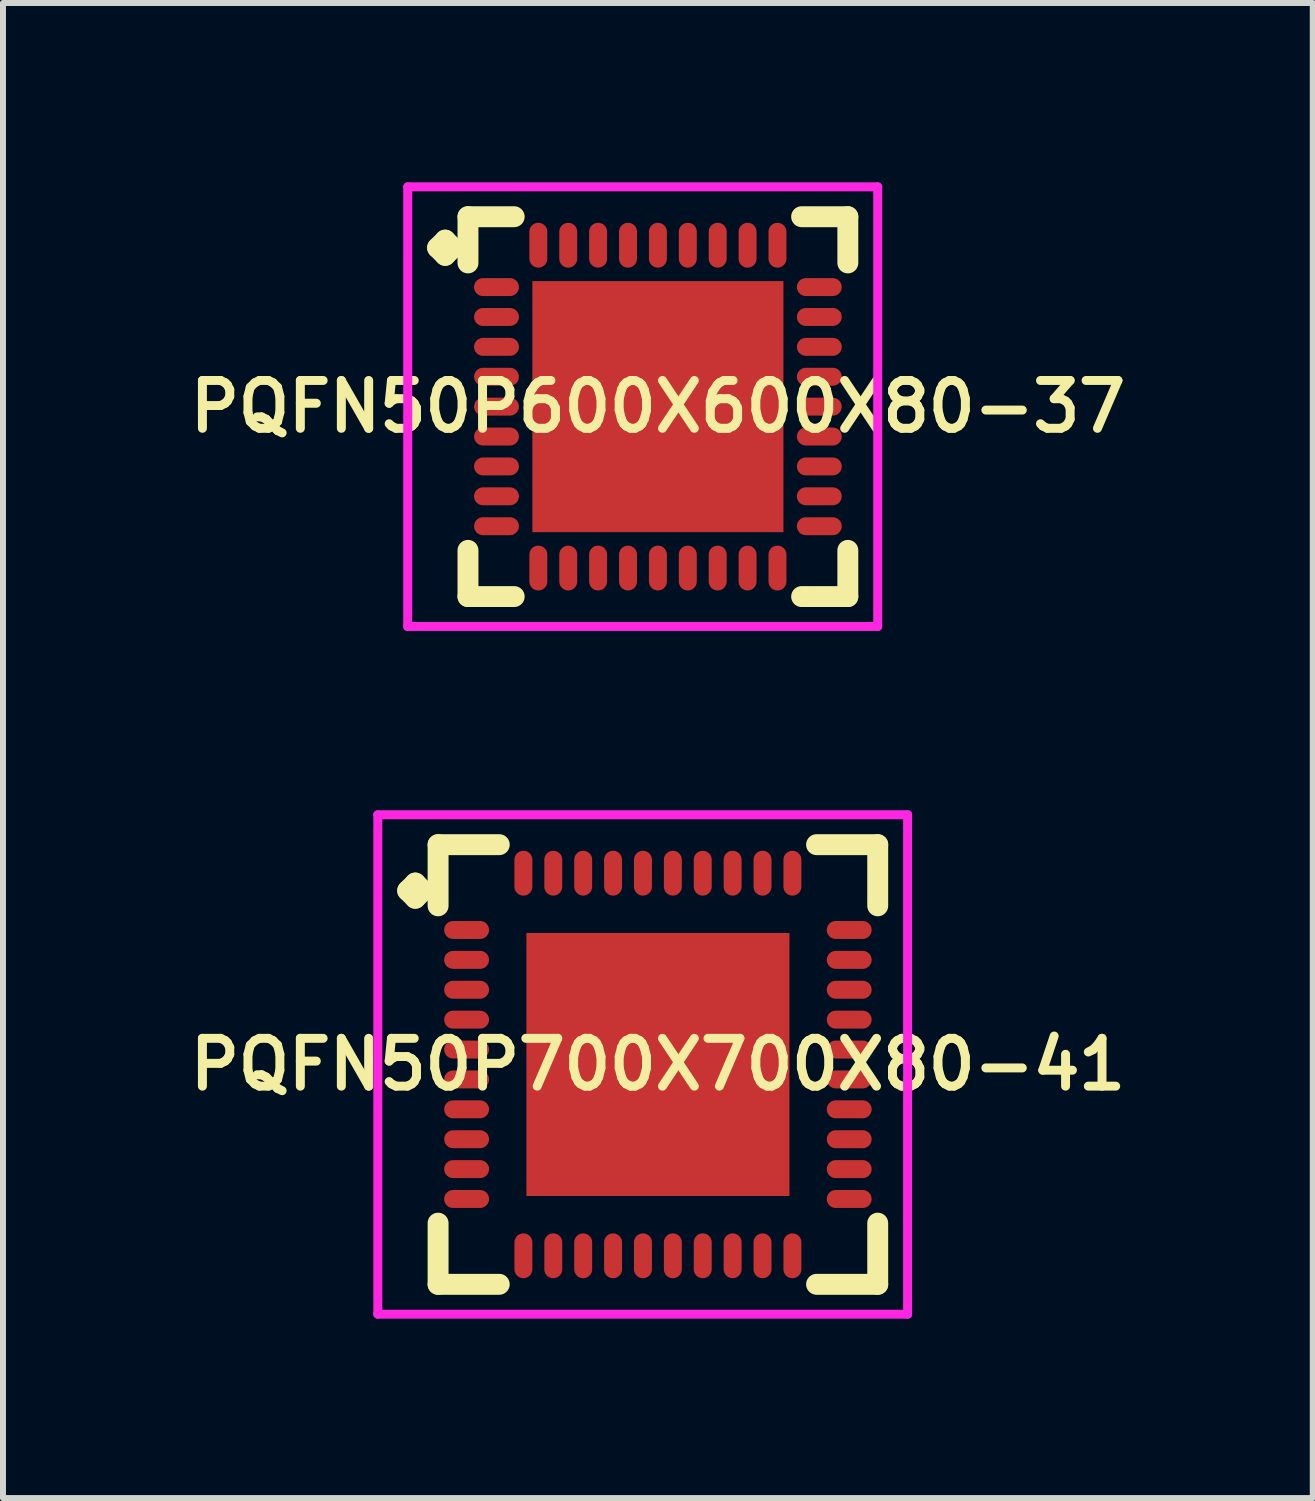
<source format=kicad_pcb>
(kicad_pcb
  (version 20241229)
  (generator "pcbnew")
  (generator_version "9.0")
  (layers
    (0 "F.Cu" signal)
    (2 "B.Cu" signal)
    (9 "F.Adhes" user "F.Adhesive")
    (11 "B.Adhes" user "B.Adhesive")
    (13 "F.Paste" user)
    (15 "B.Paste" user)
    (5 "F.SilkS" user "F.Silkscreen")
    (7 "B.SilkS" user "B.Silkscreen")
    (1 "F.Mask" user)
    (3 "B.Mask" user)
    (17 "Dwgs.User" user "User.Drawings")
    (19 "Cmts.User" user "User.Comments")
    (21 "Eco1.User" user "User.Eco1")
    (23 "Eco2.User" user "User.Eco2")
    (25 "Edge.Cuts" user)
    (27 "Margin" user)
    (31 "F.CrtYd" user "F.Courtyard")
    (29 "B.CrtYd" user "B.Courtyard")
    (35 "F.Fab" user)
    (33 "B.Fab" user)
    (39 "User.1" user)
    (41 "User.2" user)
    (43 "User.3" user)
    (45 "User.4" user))
  (footprint "PQFN50P600X600X80-37"
    (layer "F.Cu")
    (at 7.955 3.752)
    (property "Reference" "PQFN50P600X600X80-37" (at 0 0 0) (layer "F.SilkS") (effects (font (size 0.8 0.8) (thickness 0.15))))
    (attr through_hole)
    (fp_line (start -3.685 -2.658) (end -3.558 -2.785) (stroke (width 0.35) (type solid)) (layer "F.SilkS"))
    (fp_line (start -3.558 -2.785) (end -3.431 -2.658) (stroke (width 0.35) (type solid)) (layer "F.SilkS"))
    (fp_line (start -3.558 -2.531) (end -3.685 -2.658) (stroke (width 0.35) (type solid)) (layer "F.SilkS"))
    (fp_line (start -3.431 -2.658) (end -3.558 -2.531) (stroke (width 0.35) (type solid)) (layer "F.SilkS"))
    (fp_line (start -3.177 -3.177) (end -2.404 -3.177) (stroke (width 0.35) (type solid)) (layer "F.SilkS"))
    (fp_line (start -3.177 -2.404) (end -3.177 -3.177) (stroke (width 0.35) (type solid)) (layer "F.SilkS"))
    (fp_line (start -3.177 2.404) (end -3.177 3.177) (stroke (width 0.35) (type solid)) (layer "F.SilkS"))
    (fp_line (start -3.177 3.177) (end -2.404 3.177) (stroke (width 0.35) (type solid)) (layer "F.SilkS"))
    (fp_line (start 2.404 -3.177) (end 3.177 -3.177) (stroke (width 0.35) (type solid)) (layer "F.SilkS"))
    (fp_line (start 2.404 3.177) (end 3.177 3.177) (stroke (width 0.35) (type solid)) (layer "F.SilkS"))
    (fp_line (start 3.177 -3.177) (end 3.177 -2.404) (stroke (width 0.35) (type solid)) (layer "F.SilkS"))
    (fp_line (start 3.177 3.177) (end 3.177 2.404) (stroke (width 0.35) (type solid)) (layer "F.SilkS"))
    (fp_line (start -4.185 -3.677) (end 3.677 -3.677) (stroke (width 0.15) (type solid)) (layer "F.CrtYd"))
    (fp_line (start -4.185 3.677) (end -4.185 -3.677) (stroke (width 0.15) (type solid)) (layer "F.CrtYd"))
    (fp_line (start 3.677 -3.677) (end 3.677 3.677) (stroke (width 0.15) (type solid)) (layer "F.CrtYd"))
    (fp_line (start 3.677 3.677) (end -4.185 3.677) (stroke (width 0.15) (type solid)) (layer "F.CrtYd"))
    (pad "1" smd oval (at -2.7 -2) (size 0.75 0.3) (layers "F.Cu" "F.Mask" "F.Paste"))
    (pad "2" smd oval (at -2.7 -1.5) (size 0.75 0.3) (layers "F.Cu" "F.Mask" "F.Paste"))
    (pad "3" smd oval (at -2.7 -1) (size 0.75 0.3) (layers "F.Cu" "F.Mask" "F.Paste"))
    (pad "4" smd oval (at -2.7 -0.5) (size 0.75 0.3) (layers "F.Cu" "F.Mask" "F.Paste"))
    (pad "5" smd oval (at -2.7 0) (size 0.75 0.3) (layers "F.Cu" "F.Mask" "F.Paste"))
    (pad "6" smd oval (at -2.7 0.5) (size 0.75 0.3) (layers "F.Cu" "F.Mask" "F.Paste"))
    (pad "7" smd oval (at -2.7 1) (size 0.75 0.3) (layers "F.Cu" "F.Mask" "F.Paste"))
    (pad "8" smd oval (at -2.7 1.5) (size 0.75 0.3) (layers "F.Cu" "F.Mask" "F.Paste"))
    (pad "9" smd oval (at -2.7 2) (size 0.75 0.3) (layers "F.Cu" "F.Mask" "F.Paste"))
    (pad "10" smd oval (at -2 2.7) (size 0.3 0.75) (layers "F.Cu" "F.Mask" "F.Paste"))
    (pad "11" smd oval (at -1.5 2.7) (size 0.3 0.75) (layers "F.Cu" "F.Mask" "F.Paste"))
    (pad "12" smd oval (at -1 2.7) (size 0.3 0.75) (layers "F.Cu" "F.Mask" "F.Paste"))
    (pad "13" smd oval (at -0.5 2.7) (size 0.3 0.75) (layers "F.Cu" "F.Mask" "F.Paste"))
    (pad "14" smd oval (at 0 2.7) (size 0.3 0.75) (layers "F.Cu" "F.Mask" "F.Paste"))
    (pad "15" smd oval (at 0.5 2.7) (size 0.3 0.75) (layers "F.Cu" "F.Mask" "F.Paste"))
    (pad "16" smd oval (at 1 2.7) (size 0.3 0.75) (layers "F.Cu" "F.Mask" "F.Paste"))
    (pad "17" smd oval (at 1.5 2.7) (size 0.3 0.75) (layers "F.Cu" "F.Mask" "F.Paste"))
    (pad "18" smd oval (at 2 2.7) (size 0.3 0.75) (layers "F.Cu" "F.Mask" "F.Paste"))
    (pad "19" smd oval (at 2.7 2) (size 0.75 0.3) (layers "F.Cu" "F.Mask" "F.Paste"))
    (pad "20" smd oval (at 2.7 1.5) (size 0.75 0.3) (layers "F.Cu" "F.Mask" "F.Paste"))
    (pad "21" smd oval (at 2.7 1) (size 0.75 0.3) (layers "F.Cu" "F.Mask" "F.Paste"))
    (pad "22" smd oval (at 2.7 0.5) (size 0.75 0.3) (layers "F.Cu" "F.Mask" "F.Paste"))
    (pad "23" smd oval (at 2.7 0) (size 0.75 0.3) (layers "F.Cu" "F.Mask" "F.Paste"))
    (pad "24" smd oval (at 2.7 -0.5) (size 0.75 0.3) (layers "F.Cu" "F.Mask" "F.Paste"))
    (pad "25" smd oval (at 2.7 -1) (size 0.75 0.3) (layers "F.Cu" "F.Mask" "F.Paste"))
    (pad "26" smd oval (at 2.7 -1.5) (size 0.75 0.3) (layers "F.Cu" "F.Mask" "F.Paste"))
    (pad "27" smd oval (at 2.7 -2) (size 0.75 0.3) (layers "F.Cu" "F.Mask" "F.Paste"))
    (pad "28" smd oval (at 2 -2.7) (size 0.3 0.75) (layers "F.Cu" "F.Mask" "F.Paste"))
    (pad "29" smd oval (at 1.5 -2.7) (size 0.3 0.75) (layers "F.Cu" "F.Mask" "F.Paste"))
    (pad "30" smd oval (at 1 -2.7) (size 0.3 0.75) (layers "F.Cu" "F.Mask" "F.Paste"))
    (pad "31" smd oval (at 0.5 -2.7) (size 0.3 0.75) (layers "F.Cu" "F.Mask" "F.Paste"))
    (pad "32" smd oval (at 0 -2.7) (size 0.3 0.75) (layers "F.Cu" "F.Mask" "F.Paste"))
    (pad "33" smd oval (at -0.5 -2.7) (size 0.3 0.75) (layers "F.Cu" "F.Mask" "F.Paste"))
    (pad "34" smd oval (at -1 -2.7) (size 0.3 0.75) (layers "F.Cu" "F.Mask" "F.Paste"))
    (pad "35" smd oval (at -1.5 -2.7) (size 0.3 0.75) (layers "F.Cu" "F.Mask" "F.Paste"))
    (pad "36" smd oval (at -2 -2.7) (size 0.3 0.75) (layers "F.Cu" "F.Mask" "F.Paste"))
    (pad "37" smd rect (at 0 0) (size 4.2 4.2) (layers "F.Cu" "F.Mask" "F.Paste")))
  (footprint "PQFN50P700X700X80-41"
    (layer "F.Cu")
    (at 7.955 14.756)
    (property "Reference" "PQFN50P700X700X80-41" (at 0 0 0) (layer "F.SilkS") (effects (font (size 0.8 0.8) (thickness 0.15))))
    (attr smd)
    (fp_line (start -4.185 -2.908) (end -4.058 -3.035) (stroke (width 0.35) (type solid)) (layer "F.SilkS"))
    (fp_line (start -4.058 -3.035) (end -3.931 -2.908) (stroke (width 0.35) (type solid)) (layer "F.SilkS"))
    (fp_line (start -4.058 -2.781) (end -4.185 -2.908) (stroke (width 0.35) (type solid)) (layer "F.SilkS"))
    (fp_line (start -3.931 -2.908) (end -4.058 -2.781) (stroke (width 0.35) (type solid)) (layer "F.SilkS"))
    (fp_line (start -3.677 -3.677) (end -2.654 -3.677) (stroke (width 0.35) (type solid)) (layer "F.SilkS"))
    (fp_line (start -3.677 -2.654) (end -3.677 -3.677) (stroke (width 0.35) (type solid)) (layer "F.SilkS"))
    (fp_line (start -3.677 2.654) (end -3.677 3.677) (stroke (width 0.35) (type solid)) (layer "F.SilkS"))
    (fp_line (start -3.677 3.677) (end -2.654 3.677) (stroke (width 0.35) (type solid)) (layer "F.SilkS"))
    (fp_line (start 2.654 -3.677) (end 3.677 -3.677) (stroke (width 0.35) (type solid)) (layer "F.SilkS"))
    (fp_line (start 2.654 3.677) (end 3.677 3.677) (stroke (width 0.35) (type solid)) (layer "F.SilkS"))
    (fp_line (start 3.677 -3.677) (end 3.677 -2.654) (stroke (width 0.35) (type solid)) (layer "F.SilkS"))
    (fp_line (start 3.677 3.677) (end 3.677 2.654) (stroke (width 0.35) (type solid)) (layer "F.SilkS"))
    (fp_line (start -4.685 -4.177) (end 4.177 -4.177) (stroke (width 0.15) (type solid)) (layer "F.CrtYd"))
    (fp_line (start -4.685 4.177) (end -4.685 -4.177) (stroke (width 0.15) (type solid)) (layer "F.CrtYd"))
    (fp_line (start 4.177 -4.177) (end 4.177 4.177) (stroke (width 0.15) (type solid)) (layer "F.CrtYd"))
    (fp_line (start 4.177 4.177) (end -4.685 4.177) (stroke (width 0.15) (type solid)) (layer "F.CrtYd"))
    (pad "1" smd oval (at -3.2 -2.25) (size 0.75 0.3) (layers "F.Cu" "F.Mask" "F.Paste"))
    (pad "2" smd oval (at -3.2 -1.75) (size 0.75 0.3) (layers "F.Cu" "F.Mask" "F.Paste"))
    (pad "3" smd oval (at -3.2 -1.25) (size 0.75 0.3) (layers "F.Cu" "F.Mask" "F.Paste"))
    (pad "4" smd oval (at -3.2 -0.75) (size 0.75 0.3) (layers "F.Cu" "F.Mask" "F.Paste"))
    (pad "5" smd oval (at -3.2 -0.25) (size 0.75 0.3) (layers "F.Cu" "F.Mask" "F.Paste"))
    (pad "6" smd oval (at -3.2 0.25) (size 0.75 0.3) (layers "F.Cu" "F.Mask" "F.Paste"))
    (pad "7" smd oval (at -3.2 0.75) (size 0.75 0.3) (layers "F.Cu" "F.Mask" "F.Paste"))
    (pad "8" smd oval (at -3.2 1.25) (size 0.75 0.3) (layers "F.Cu" "F.Mask" "F.Paste"))
    (pad "9" smd oval (at -3.2 1.75) (size 0.75 0.3) (layers "F.Cu" "F.Mask" "F.Paste"))
    (pad "10" smd oval (at -3.2 2.25) (size 0.75 0.3) (layers "F.Cu" "F.Mask" "F.Paste"))
    (pad "11" smd oval (at -2.25 3.2) (size 0.3 0.75) (layers "F.Cu" "F.Mask" "F.Paste"))
    (pad "12" smd oval (at -1.75 3.2) (size 0.3 0.75) (layers "F.Cu" "F.Mask" "F.Paste"))
    (pad "13" smd oval (at -1.25 3.2) (size 0.3 0.75) (layers "F.Cu" "F.Mask" "F.Paste"))
    (pad "14" smd oval (at -0.75 3.2) (size 0.3 0.75) (layers "F.Cu" "F.Mask" "F.Paste"))
    (pad "15" smd oval (at -0.25 3.2) (size 0.3 0.75) (layers "F.Cu" "F.Mask" "F.Paste"))
    (pad "16" smd oval (at 0.25 3.2) (size 0.3 0.75) (layers "F.Cu" "F.Mask" "F.Paste"))
    (pad "17" smd oval (at 0.75 3.2) (size 0.3 0.75) (layers "F.Cu" "F.Mask" "F.Paste"))
    (pad "18" smd oval (at 1.25 3.2) (size 0.3 0.75) (layers "F.Cu" "F.Mask" "F.Paste"))
    (pad "19" smd oval (at 1.75 3.2) (size 0.3 0.75) (layers "F.Cu" "F.Mask" "F.Paste"))
    (pad "20" smd oval (at 2.25 3.2) (size 0.3 0.75) (layers "F.Cu" "F.Mask" "F.Paste"))
    (pad "21" smd oval (at 3.2 2.25) (size 0.75 0.3) (layers "F.Cu" "F.Mask" "F.Paste"))
    (pad "22" smd oval (at 3.2 1.75) (size 0.75 0.3) (layers "F.Cu" "F.Mask" "F.Paste"))
    (pad "23" smd oval (at 3.2 1.25) (size 0.75 0.3) (layers "F.Cu" "F.Mask" "F.Paste"))
    (pad "24" smd oval (at 3.2 0.75) (size 0.75 0.3) (layers "F.Cu" "F.Mask" "F.Paste"))
    (pad "25" smd oval (at 3.2 0.25) (size 0.75 0.3) (layers "F.Cu" "F.Mask" "F.Paste"))
    (pad "26" smd oval (at 3.2 -0.25) (size 0.75 0.3) (layers "F.Cu" "F.Mask" "F.Paste"))
    (pad "27" smd oval (at 3.2 -0.75) (size 0.75 0.3) (layers "F.Cu" "F.Mask" "F.Paste"))
    (pad "28" smd oval (at 3.2 -1.25) (size 0.75 0.3) (layers "F.Cu" "F.Mask" "F.Paste"))
    (pad "29" smd oval (at 3.2 -1.75) (size 0.75 0.3) (layers "F.Cu" "F.Mask" "F.Paste"))
    (pad "30" smd oval (at 3.2 -2.25) (size 0.75 0.3) (layers "F.Cu" "F.Mask" "F.Paste"))
    (pad "31" smd oval (at 2.25 -3.2) (size 0.3 0.75) (layers "F.Cu" "F.Mask" "F.Paste"))
    (pad "32" smd oval (at 1.75 -3.2) (size 0.3 0.75) (layers "F.Cu" "F.Mask" "F.Paste"))
    (pad "33" smd oval (at 1.25 -3.2) (size 0.3 0.75) (layers "F.Cu" "F.Mask" "F.Paste"))
    (pad "34" smd oval (at 0.75 -3.2) (size 0.3 0.75) (layers "F.Cu" "F.Mask" "F.Paste"))
    (pad "35" smd oval (at 0.25 -3.2) (size 0.3 0.75) (layers "F.Cu" "F.Mask" "F.Paste"))
    (pad "36" smd oval (at -0.25 -3.2) (size 0.3 0.75) (layers "F.Cu" "F.Mask" "F.Paste"))
    (pad "37" smd oval (at -0.75 -3.2) (size 0.3 0.75) (layers "F.Cu" "F.Mask" "F.Paste"))
    (pad "38" smd oval (at -1.25 -3.2) (size 0.3 0.75) (layers "F.Cu" "F.Mask" "F.Paste"))
    (pad "39" smd oval (at -1.75 -3.2) (size 0.3 0.75) (layers "F.Cu" "F.Mask" "F.Paste"))
    (pad "40" smd oval (at -2.25 -3.2) (size 0.3 0.75) (layers "F.Cu" "F.Mask" "F.Paste"))
    (pad "41" smd rect (at 0 0) (size 4.4 4.4) (layers "F.Cu" "F.Mask" "F.Paste")))
  (gr_rect
    (start -3 -3)
    (end 18.909 22.008)
    (stroke (width 0.1) (type default))
    (fill no)
    (layer "Edge.Cuts")))
</source>
